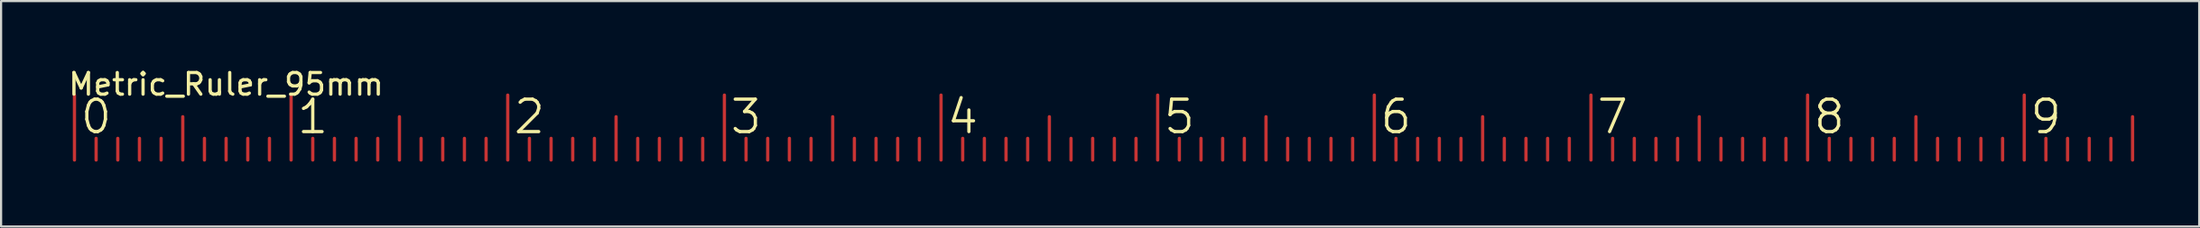
<source format=kicad_pcb>
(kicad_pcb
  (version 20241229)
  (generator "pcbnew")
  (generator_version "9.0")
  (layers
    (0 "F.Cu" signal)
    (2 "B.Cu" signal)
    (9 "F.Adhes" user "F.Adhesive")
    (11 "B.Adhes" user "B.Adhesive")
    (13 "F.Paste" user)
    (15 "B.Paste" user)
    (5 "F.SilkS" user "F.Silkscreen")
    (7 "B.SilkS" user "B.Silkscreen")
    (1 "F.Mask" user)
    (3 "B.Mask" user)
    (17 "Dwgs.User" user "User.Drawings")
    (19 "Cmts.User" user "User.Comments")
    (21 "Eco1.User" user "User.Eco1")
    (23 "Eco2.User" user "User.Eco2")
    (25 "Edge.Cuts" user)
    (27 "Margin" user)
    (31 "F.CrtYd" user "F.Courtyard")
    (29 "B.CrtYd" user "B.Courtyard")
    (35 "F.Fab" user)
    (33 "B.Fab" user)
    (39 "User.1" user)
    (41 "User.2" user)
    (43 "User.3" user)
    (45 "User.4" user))
  (footprint "Metric_Ruler_95mm"
    (layer "F.Cu")
    (at 7.387 0.348)
    (property "Reference" "Metric_Ruler_95mm" (at 0 0.5 0) (layer "F.SilkS") (effects (font (size 1 1) (thickness 0.15))))
    (attr through_hole)
    (fp_line (start -7 4) (end -7 1) (stroke (width 0.15) (type solid)) (layer "F.Cu"))
    (fp_line (start -6 4) (end -6 3) (stroke (width 0.15) (type solid)) (layer "F.Cu"))
    (fp_line (start -5 4) (end -5 3) (stroke (width 0.15) (type solid)) (layer "F.Cu"))
    (fp_line (start -4 4) (end -4 3) (stroke (width 0.15) (type solid)) (layer "F.Cu"))
    (fp_line (start -3 4) (end -3 3) (stroke (width 0.15) (type solid)) (layer "F.Cu"))
    (fp_line (start -2 4) (end -2 2) (stroke (width 0.15) (type solid)) (layer "F.Cu"))
    (fp_line (start -1 4) (end -1 3) (stroke (width 0.15) (type solid)) (layer "F.Cu"))
    (fp_line (start 0 4) (end 0 3) (stroke (width 0.15) (type solid)) (layer "F.Cu"))
    (fp_line (start 1 4) (end 1 3) (stroke (width 0.15) (type solid)) (layer "F.Cu"))
    (fp_line (start 2 4) (end 2 3) (stroke (width 0.15) (type solid)) (layer "F.Cu"))
    (fp_line (start 3 4) (end 3 1) (stroke (width 0.15) (type solid)) (layer "F.Cu"))
    (fp_line (start 4 4) (end 4 3) (stroke (width 0.15) (type solid)) (layer "F.Cu"))
    (fp_line (start 5 4) (end 5 3) (stroke (width 0.15) (type solid)) (layer "F.Cu"))
    (fp_line (start 6 4) (end 6 3) (stroke (width 0.15) (type solid)) (layer "F.Cu"))
    (fp_line (start 7 4) (end 7 3) (stroke (width 0.15) (type solid)) (layer "F.Cu"))
    (fp_line (start 8 4) (end 8 2) (stroke (width 0.15) (type solid)) (layer "F.Cu"))
    (fp_line (start 9 4) (end 9 3) (stroke (width 0.15) (type solid)) (layer "F.Cu"))
    (fp_line (start 10 4) (end 10 3) (stroke (width 0.15) (type solid)) (layer "F.Cu"))
    (fp_line (start 11 4) (end 11 3) (stroke (width 0.15) (type solid)) (layer "F.Cu"))
    (fp_line (start 12 4) (end 12 3) (stroke (width 0.15) (type solid)) (layer "F.Cu"))
    (fp_line (start 13 4) (end 13 1) (stroke (width 0.15) (type solid)) (layer "F.Cu"))
    (fp_line (start 14 4) (end 14 3) (stroke (width 0.15) (type solid)) (layer "F.Cu"))
    (fp_line (start 15 4) (end 15 3) (stroke (width 0.15) (type solid)) (layer "F.Cu"))
    (fp_line (start 16 4) (end 16 3) (stroke (width 0.15) (type solid)) (layer "F.Cu"))
    (fp_line (start 17 4) (end 17 3) (stroke (width 0.15) (type solid)) (layer "F.Cu"))
    (fp_line (start 18 4) (end 18 2) (stroke (width 0.15) (type solid)) (layer "F.Cu"))
    (fp_line (start 19 4) (end 19 3) (stroke (width 0.15) (type solid)) (layer "F.Cu"))
    (fp_line (start 20 4) (end 20 3) (stroke (width 0.15) (type solid)) (layer "F.Cu"))
    (fp_line (start 21 4) (end 21 3) (stroke (width 0.15) (type solid)) (layer "F.Cu"))
    (fp_line (start 22 4) (end 22 3) (stroke (width 0.15) (type solid)) (layer "F.Cu"))
    (fp_line (start 23 4) (end 23 1) (stroke (width 0.15) (type solid)) (layer "F.Cu"))
    (fp_line (start 24 4) (end 24 3) (stroke (width 0.15) (type solid)) (layer "F.Cu"))
    (fp_line (start 25 4) (end 25 3) (stroke (width 0.15) (type solid)) (layer "F.Cu"))
    (fp_line (start 26 4) (end 26 3) (stroke (width 0.15) (type solid)) (layer "F.Cu"))
    (fp_line (start 27 4) (end 27 3) (stroke (width 0.15) (type solid)) (layer "F.Cu"))
    (fp_line (start 28 4) (end 28 2) (stroke (width 0.15) (type solid)) (layer "F.Cu"))
    (fp_line (start 29 4) (end 29 3) (stroke (width 0.15) (type solid)) (layer "F.Cu"))
    (fp_line (start 30 4) (end 30 3) (stroke (width 0.15) (type solid)) (layer "F.Cu"))
    (fp_line (start 31 4) (end 31 3) (stroke (width 0.15) (type solid)) (layer "F.Cu"))
    (fp_line (start 32 4) (end 32 3) (stroke (width 0.15) (type solid)) (layer "F.Cu"))
    (fp_line (start 33 4) (end 33 1) (stroke (width 0.15) (type solid)) (layer "F.Cu"))
    (fp_line (start 34 4) (end 34 3) (stroke (width 0.15) (type solid)) (layer "F.Cu"))
    (fp_line (start 35 4) (end 35 3) (stroke (width 0.15) (type solid)) (layer "F.Cu"))
    (fp_line (start 36 4) (end 36 3) (stroke (width 0.15) (type solid)) (layer "F.Cu"))
    (fp_line (start 37 4) (end 37 3) (stroke (width 0.15) (type solid)) (layer "F.Cu"))
    (fp_line (start 38 4) (end 38 2) (stroke (width 0.15) (type solid)) (layer "F.Cu"))
    (fp_line (start 39 4) (end 39 3) (stroke (width 0.15) (type solid)) (layer "F.Cu"))
    (fp_line (start 40 4) (end 40 3) (stroke (width 0.15) (type solid)) (layer "F.Cu"))
    (fp_line (start 41 4) (end 41 3) (stroke (width 0.15) (type solid)) (layer "F.Cu"))
    (fp_line (start 42 4) (end 42 3) (stroke (width 0.15) (type solid)) (layer "F.Cu"))
    (fp_line (start 43 4) (end 43 1) (stroke (width 0.15) (type solid)) (layer "F.Cu"))
    (fp_line (start 44 4) (end 44 3) (stroke (width 0.15) (type solid)) (layer "F.Cu"))
    (fp_line (start 45 4) (end 45 3) (stroke (width 0.15) (type solid)) (layer "F.Cu"))
    (fp_line (start 46 4) (end 46 3) (stroke (width 0.15) (type solid)) (layer "F.Cu"))
    (fp_line (start 47 4) (end 47 3) (stroke (width 0.15) (type solid)) (layer "F.Cu"))
    (fp_line (start 48 4) (end 48 2) (stroke (width 0.15) (type solid)) (layer "F.Cu"))
    (fp_line (start 49 4) (end 49 3) (stroke (width 0.15) (type solid)) (layer "F.Cu"))
    (fp_line (start 50 4) (end 50 3) (stroke (width 0.15) (type solid)) (layer "F.Cu"))
    (fp_line (start 51 4) (end 51 3) (stroke (width 0.15) (type solid)) (layer "F.Cu"))
    (fp_line (start 52 4) (end 52 3) (stroke (width 0.15) (type solid)) (layer "F.Cu"))
    (fp_line (start 53 4) (end 53 1) (stroke (width 0.15) (type solid)) (layer "F.Cu"))
    (fp_line (start 54 4) (end 54 3) (stroke (width 0.15) (type solid)) (layer "F.Cu"))
    (fp_line (start 55 4) (end 55 3) (stroke (width 0.15) (type solid)) (layer "F.Cu"))
    (fp_line (start 56 4) (end 56 3) (stroke (width 0.15) (type solid)) (layer "F.Cu"))
    (fp_line (start 57 4) (end 57 3) (stroke (width 0.15) (type solid)) (layer "F.Cu"))
    (fp_line (start 58 4) (end 58 2) (stroke (width 0.15) (type solid)) (layer "F.Cu"))
    (fp_line (start 59 4) (end 59 3) (stroke (width 0.15) (type solid)) (layer "F.Cu"))
    (fp_line (start 60 4) (end 60 3) (stroke (width 0.15) (type solid)) (layer "F.Cu"))
    (fp_line (start 61 4) (end 61 3) (stroke (width 0.15) (type solid)) (layer "F.Cu"))
    (fp_line (start 62 4) (end 62 3) (stroke (width 0.15) (type solid)) (layer "F.Cu"))
    (fp_line (start 63 4) (end 63 1) (stroke (width 0.15) (type solid)) (layer "F.Cu"))
    (fp_line (start 64 4) (end 64 3) (stroke (width 0.15) (type solid)) (layer "F.Cu"))
    (fp_line (start 65 4) (end 65 3) (stroke (width 0.15) (type solid)) (layer "F.Cu"))
    (fp_line (start 66 4) (end 66 3) (stroke (width 0.15) (type solid)) (layer "F.Cu"))
    (fp_line (start 67 4) (end 67 3) (stroke (width 0.15) (type solid)) (layer "F.Cu"))
    (fp_line (start 68 4) (end 68 2) (stroke (width 0.15) (type solid)) (layer "F.Cu"))
    (fp_line (start 69 4) (end 69 3) (stroke (width 0.15) (type solid)) (layer "F.Cu"))
    (fp_line (start 70 4) (end 70 3) (stroke (width 0.15) (type solid)) (layer "F.Cu"))
    (fp_line (start 71 4) (end 71 3) (stroke (width 0.15) (type solid)) (layer "F.Cu"))
    (fp_line (start 72 4) (end 72 3) (stroke (width 0.15) (type solid)) (layer "F.Cu"))
    (fp_line (start 73 4) (end 73 1) (stroke (width 0.15) (type solid)) (layer "F.Cu"))
    (fp_line (start 74 4) (end 74 3) (stroke (width 0.15) (type solid)) (layer "F.Cu"))
    (fp_line (start 75 4) (end 75 3) (stroke (width 0.15) (type solid)) (layer "F.Cu"))
    (fp_line (start 76 4) (end 76 3) (stroke (width 0.15) (type solid)) (layer "F.Cu"))
    (fp_line (start 77 4) (end 77 3) (stroke (width 0.15) (type solid)) (layer "F.Cu"))
    (fp_line (start 78 4) (end 78 2) (stroke (width 0.15) (type solid)) (layer "F.Cu"))
    (fp_line (start 79 4) (end 79 3) (stroke (width 0.15) (type solid)) (layer "F.Cu"))
    (fp_line (start 80 4) (end 80 3) (stroke (width 0.15) (type solid)) (layer "F.Cu"))
    (fp_line (start 81 4) (end 81 3) (stroke (width 0.15) (type solid)) (layer "F.Cu"))
    (fp_line (start 82 4) (end 82 3) (stroke (width 0.15) (type solid)) (layer "F.Cu"))
    (fp_line (start 83 4) (end 83 1) (stroke (width 0.15) (type solid)) (layer "F.Cu"))
    (fp_line (start 84 4) (end 84 3) (stroke (width 0.15) (type solid)) (layer "F.Cu"))
    (fp_line (start 85 4) (end 85 3) (stroke (width 0.15) (type solid)) (layer "F.Cu"))
    (fp_line (start 86 4) (end 86 3) (stroke (width 0.15) (type solid)) (layer "F.Cu"))
    (fp_line (start 87 4) (end 87 3) (stroke (width 0.15) (type solid)) (layer "F.Cu"))
    (fp_line (start 88 4) (end 88 2) (stroke (width 0.15) (type solid)) (layer "F.Cu"))
    (fp_line (start -7 1) (end -7 1) (stroke (width 0.15) (type solid)) (layer "F.Mask"))
    (fp_line (start -7 4) (end -7 1) (stroke (width 0.15) (type solid)) (layer "F.Mask"))
    (fp_line (start -6 4) (end -6 3) (stroke (width 0.15) (type solid)) (layer "F.Mask"))
    (fp_line (start -5 4) (end -5 3) (stroke (width 0.15) (type solid)) (layer "F.Mask"))
    (fp_line (start -4 4) (end -4 3) (stroke (width 0.15) (type solid)) (layer "F.Mask"))
    (fp_line (start -3 4) (end -3 3) (stroke (width 0.15) (type solid)) (layer "F.Mask"))
    (fp_line (start -2 4) (end -2 2) (stroke (width 0.15) (type solid)) (layer "F.Mask"))
    (fp_line (start -1 4) (end -1 3) (stroke (width 0.15) (type solid)) (layer "F.Mask"))
    (fp_line (start 0 4) (end 0 3) (stroke (width 0.15) (type solid)) (layer "F.Mask"))
    (fp_line (start 1 4) (end 1 3) (stroke (width 0.15) (type solid)) (layer "F.Mask"))
    (fp_line (start 2 4) (end 2 3) (stroke (width 0.15) (type solid)) (layer "F.Mask"))
    (fp_line (start 3 4) (end 3 1) (stroke (width 0.15) (type solid)) (layer "F.Mask"))
    (fp_line (start 4 4) (end 4 3) (stroke (width 0.15) (type solid)) (layer "F.Mask"))
    (fp_line (start 5 4) (end 5 3) (stroke (width 0.15) (type solid)) (layer "F.Mask"))
    (fp_line (start 6 4) (end 6 3) (stroke (width 0.15) (type solid)) (layer "F.Mask"))
    (fp_line (start 7 4) (end 7 3) (stroke (width 0.15) (type solid)) (layer "F.Mask"))
    (fp_line (start 8 4) (end 8 2) (stroke (width 0.15) (type solid)) (layer "F.Mask"))
    (fp_line (start 9 4) (end 9 3) (stroke (width 0.15) (type solid)) (layer "F.Mask"))
    (fp_line (start 10 4) (end 10 3) (stroke (width 0.15) (type solid)) (layer "F.Mask"))
    (fp_line (start 11 4) (end 11 3) (stroke (width 0.15) (type solid)) (layer "F.Mask"))
    (fp_line (start 12 4) (end 12 3) (stroke (width 0.15) (type solid)) (layer "F.Mask"))
    (fp_line (start 13 4) (end 13 1) (stroke (width 0.15) (type solid)) (layer "F.Mask"))
    (fp_line (start 14 4) (end 14 3) (stroke (width 0.15) (type solid)) (layer "F.Mask"))
    (fp_line (start 15 4) (end 15 3) (stroke (width 0.15) (type solid)) (layer "F.Mask"))
    (fp_line (start 16 4) (end 16 3) (stroke (width 0.15) (type solid)) (layer "F.Mask"))
    (fp_line (start 17 4) (end 17 3) (stroke (width 0.15) (type solid)) (layer "F.Mask"))
    (fp_line (start 18 4) (end 18 2) (stroke (width 0.15) (type solid)) (layer "F.Mask"))
    (fp_line (start 19 4) (end 19 3) (stroke (width 0.15) (type solid)) (layer "F.Mask"))
    (fp_line (start 20 4) (end 20 3) (stroke (width 0.15) (type solid)) (layer "F.Mask"))
    (fp_line (start 21 4) (end 21 3) (stroke (width 0.15) (type solid)) (layer "F.Mask"))
    (fp_line (start 22 4) (end 22 3) (stroke (width 0.15) (type solid)) (layer "F.Mask"))
    (fp_line (start 23 4) (end 23 1) (stroke (width 0.15) (type solid)) (layer "F.Mask"))
    (fp_line (start 24 4) (end 24 3) (stroke (width 0.15) (type solid)) (layer "F.Mask"))
    (fp_line (start 25 4) (end 25 3) (stroke (width 0.15) (type solid)) (layer "F.Mask"))
    (fp_line (start 26 4) (end 26 3) (stroke (width 0.15) (type solid)) (layer "F.Mask"))
    (fp_line (start 27 4) (end 27 3) (stroke (width 0.15) (type solid)) (layer "F.Mask"))
    (fp_line (start 28 4) (end 28 2) (stroke (width 0.15) (type solid)) (layer "F.Mask"))
    (fp_line (start 29 4) (end 29 3) (stroke (width 0.15) (type solid)) (layer "F.Mask"))
    (fp_line (start 30 4) (end 30 3) (stroke (width 0.15) (type solid)) (layer "F.Mask"))
    (fp_line (start 31 4) (end 31 3) (stroke (width 0.15) (type solid)) (layer "F.Mask"))
    (fp_line (start 32 4) (end 32 3) (stroke (width 0.15) (type solid)) (layer "F.Mask"))
    (fp_line (start 33 4) (end 33 1) (stroke (width 0.15) (type solid)) (layer "F.Mask"))
    (fp_line (start 34 4) (end 34 3) (stroke (width 0.15) (type solid)) (layer "F.Mask"))
    (fp_line (start 35 4) (end 35 3) (stroke (width 0.15) (type solid)) (layer "F.Mask"))
    (fp_line (start 36 4) (end 36 3) (stroke (width 0.15) (type solid)) (layer "F.Mask"))
    (fp_line (start 37 4) (end 37 3) (stroke (width 0.15) (type solid)) (layer "F.Mask"))
    (fp_line (start 38 4) (end 38 2) (stroke (width 0.15) (type solid)) (layer "F.Mask"))
    (fp_line (start 39 4) (end 39 3) (stroke (width 0.15) (type solid)) (layer "F.Mask"))
    (fp_line (start 40 4) (end 40 3) (stroke (width 0.15) (type solid)) (layer "F.Mask"))
    (fp_line (start 41 4) (end 41 3) (stroke (width 0.15) (type solid)) (layer "F.Mask"))
    (fp_line (start 42 4) (end 42 3) (stroke (width 0.15) (type solid)) (layer "F.Mask"))
    (fp_line (start 43 4) (end 43 1) (stroke (width 0.15) (type solid)) (layer "F.Mask"))
    (fp_line (start 44 4) (end 44 3) (stroke (width 0.15) (type solid)) (layer "F.Mask"))
    (fp_line (start 45 4) (end 45 3) (stroke (width 0.15) (type solid)) (layer "F.Mask"))
    (fp_line (start 46 4) (end 46 3) (stroke (width 0.15) (type solid)) (layer "F.Mask"))
    (fp_line (start 47 4) (end 47 3) (stroke (width 0.15) (type solid)) (layer "F.Mask"))
    (fp_line (start 48 4) (end 48 2) (stroke (width 0.15) (type solid)) (layer "F.Mask"))
    (fp_line (start 49 4) (end 49 3) (stroke (width 0.15) (type solid)) (layer "F.Mask"))
    (fp_line (start 50 4) (end 50 3) (stroke (width 0.15) (type solid)) (layer "F.Mask"))
    (fp_line (start 51 4) (end 51 3) (stroke (width 0.15) (type solid)) (layer "F.Mask"))
    (fp_line (start 52 4) (end 52 3) (stroke (width 0.15) (type solid)) (layer "F.Mask"))
    (fp_line (start 53 4) (end 53 1) (stroke (width 0.15) (type solid)) (layer "F.Mask"))
    (fp_line (start 54 4) (end 54 3) (stroke (width 0.15) (type solid)) (layer "F.Mask"))
    (fp_line (start 55 4) (end 55 3) (stroke (width 0.15) (type solid)) (layer "F.Mask"))
    (fp_line (start 56 4) (end 56 3) (stroke (width 0.15) (type solid)) (layer "F.Mask"))
    (fp_line (start 57 4) (end 57 3) (stroke (width 0.15) (type solid)) (layer "F.Mask"))
    (fp_line (start 58 4) (end 58 2) (stroke (width 0.15) (type solid)) (layer "F.Mask"))
    (fp_line (start 59 4) (end 59 3) (stroke (width 0.15) (type solid)) (layer "F.Mask"))
    (fp_line (start 60 4) (end 60 3) (stroke (width 0.15) (type solid)) (layer "F.Mask"))
    (fp_line (start 61 4) (end 61 3) (stroke (width 0.15) (type solid)) (layer "F.Mask"))
    (fp_line (start 62 4) (end 62 3) (stroke (width 0.15) (type solid)) (layer "F.Mask"))
    (fp_line (start 63 4) (end 63 1) (stroke (width 0.15) (type solid)) (layer "F.Mask"))
    (fp_line (start 64 4) (end 64 3) (stroke (width 0.15) (type solid)) (layer "F.Mask"))
    (fp_line (start 65 4) (end 65 3) (stroke (width 0.15) (type solid)) (layer "F.Mask"))
    (fp_line (start 66 4) (end 66 3) (stroke (width 0.15) (type solid)) (layer "F.Mask"))
    (fp_line (start 67 4) (end 67 3) (stroke (width 0.15) (type solid)) (layer "F.Mask"))
    (fp_line (start 68 4) (end 68 2) (stroke (width 0.15) (type solid)) (layer "F.Mask"))
    (fp_line (start 69 4) (end 69 3) (stroke (width 0.15) (type solid)) (layer "F.Mask"))
    (fp_line (start 70 4) (end 70 3) (stroke (width 0.15) (type solid)) (layer "F.Mask"))
    (fp_line (start 71 4) (end 71 3) (stroke (width 0.15) (type solid)) (layer "F.Mask"))
    (fp_line (start 72 4) (end 72 3) (stroke (width 0.15) (type solid)) (layer "F.Mask"))
    (fp_line (start 73 4) (end 73 1) (stroke (width 0.15) (type solid)) (layer "F.Mask"))
    (fp_line (start 74 4) (end 74 3) (stroke (width 0.15) (type solid)) (layer "F.Mask"))
    (fp_line (start 75 4) (end 75 3) (stroke (width 0.15) (type solid)) (layer "F.Mask"))
    (fp_line (start 76 4) (end 76 3) (stroke (width 0.15) (type solid)) (layer "F.Mask"))
    (fp_line (start 77 4) (end 77 3) (stroke (width 0.15) (type solid)) (layer "F.Mask"))
    (fp_line (start 78 4) (end 78 2) (stroke (width 0.15) (type solid)) (layer "F.Mask"))
    (fp_line (start 79 4) (end 79 3) (stroke (width 0.15) (type solid)) (layer "F.Mask"))
    (fp_line (start 80 4) (end 80 3) (stroke (width 0.15) (type solid)) (layer "F.Mask"))
    (fp_line (start 81 4) (end 81 3) (stroke (width 0.15) (type solid)) (layer "F.Mask"))
    (fp_line (start 82 4) (end 82 3) (stroke (width 0.15) (type solid)) (layer "F.Mask"))
    (fp_line (start 83 4) (end 83 1) (stroke (width 0.15) (type solid)) (layer "F.Mask"))
    (fp_line (start 84 4) (end 84 3) (stroke (width 0.15) (type solid)) (layer "F.Mask"))
    (fp_line (start 85 4) (end 85 3) (stroke (width 0.15) (type solid)) (layer "F.Mask"))
    (fp_line (start 86 4) (end 86 3) (stroke (width 0.15) (type solid)) (layer "F.Mask"))
    (fp_line (start 87 4) (end 87 3) (stroke (width 0.15) (type solid)) (layer "F.Mask"))
    (fp_line (start 88 4) (end 88 2) (stroke (width 0.15) (type solid)) (layer "F.Mask"))
    (fp_text user "5" (at 44 2 0) (layer "F.SilkS") (effects (font (size 1.5 1.5) (thickness 0.15))))
    (fp_text user "0" (at -6 2 0) (layer "F.SilkS") (effects (font (size 1.5 1.5) (thickness 0.15))))
    (fp_text user "9" (at 84 2 0) (layer "F.SilkS") (effects (font (size 1.5 1.5) (thickness 0.15))))
    (fp_text user "8" (at 74 2 0) (layer "F.SilkS") (effects (font (size 1.5 1.5) (thickness 0.15))))
    (fp_text user "3" (at 24 2 0) (layer "F.SilkS") (effects (font (size 1.5 1.5) (thickness 0.15))))
    (fp_text user "4" (at 34 2 0) (layer "F.SilkS") (effects (font (size 1.5 1.5) (thickness 0.15))))
    (fp_text user "2" (at 14 2 0) (layer "F.SilkS") (effects (font (size 1.5 1.5) (thickness 0.15))))
    (fp_text user "6" (at 54 2 0) (layer "F.SilkS") (effects (font (size 1.5 1.5) (thickness 0.15))))
    (fp_text user "7" (at 64 2 0) (layer "F.SilkS") (effects (font (size 1.5 1.5) (thickness 0.15))))
    (fp_text user "1" (at 4 2 0) (layer "F.SilkS") (effects (font (size 1.5 1.5) (thickness 0.15)))))
  (gr_rect
    (start -3 -3)
    (end 98.462 7.423)
    (stroke (width 0.1) (type default))
    (fill no)
    (layer "Edge.Cuts")))
</source>
